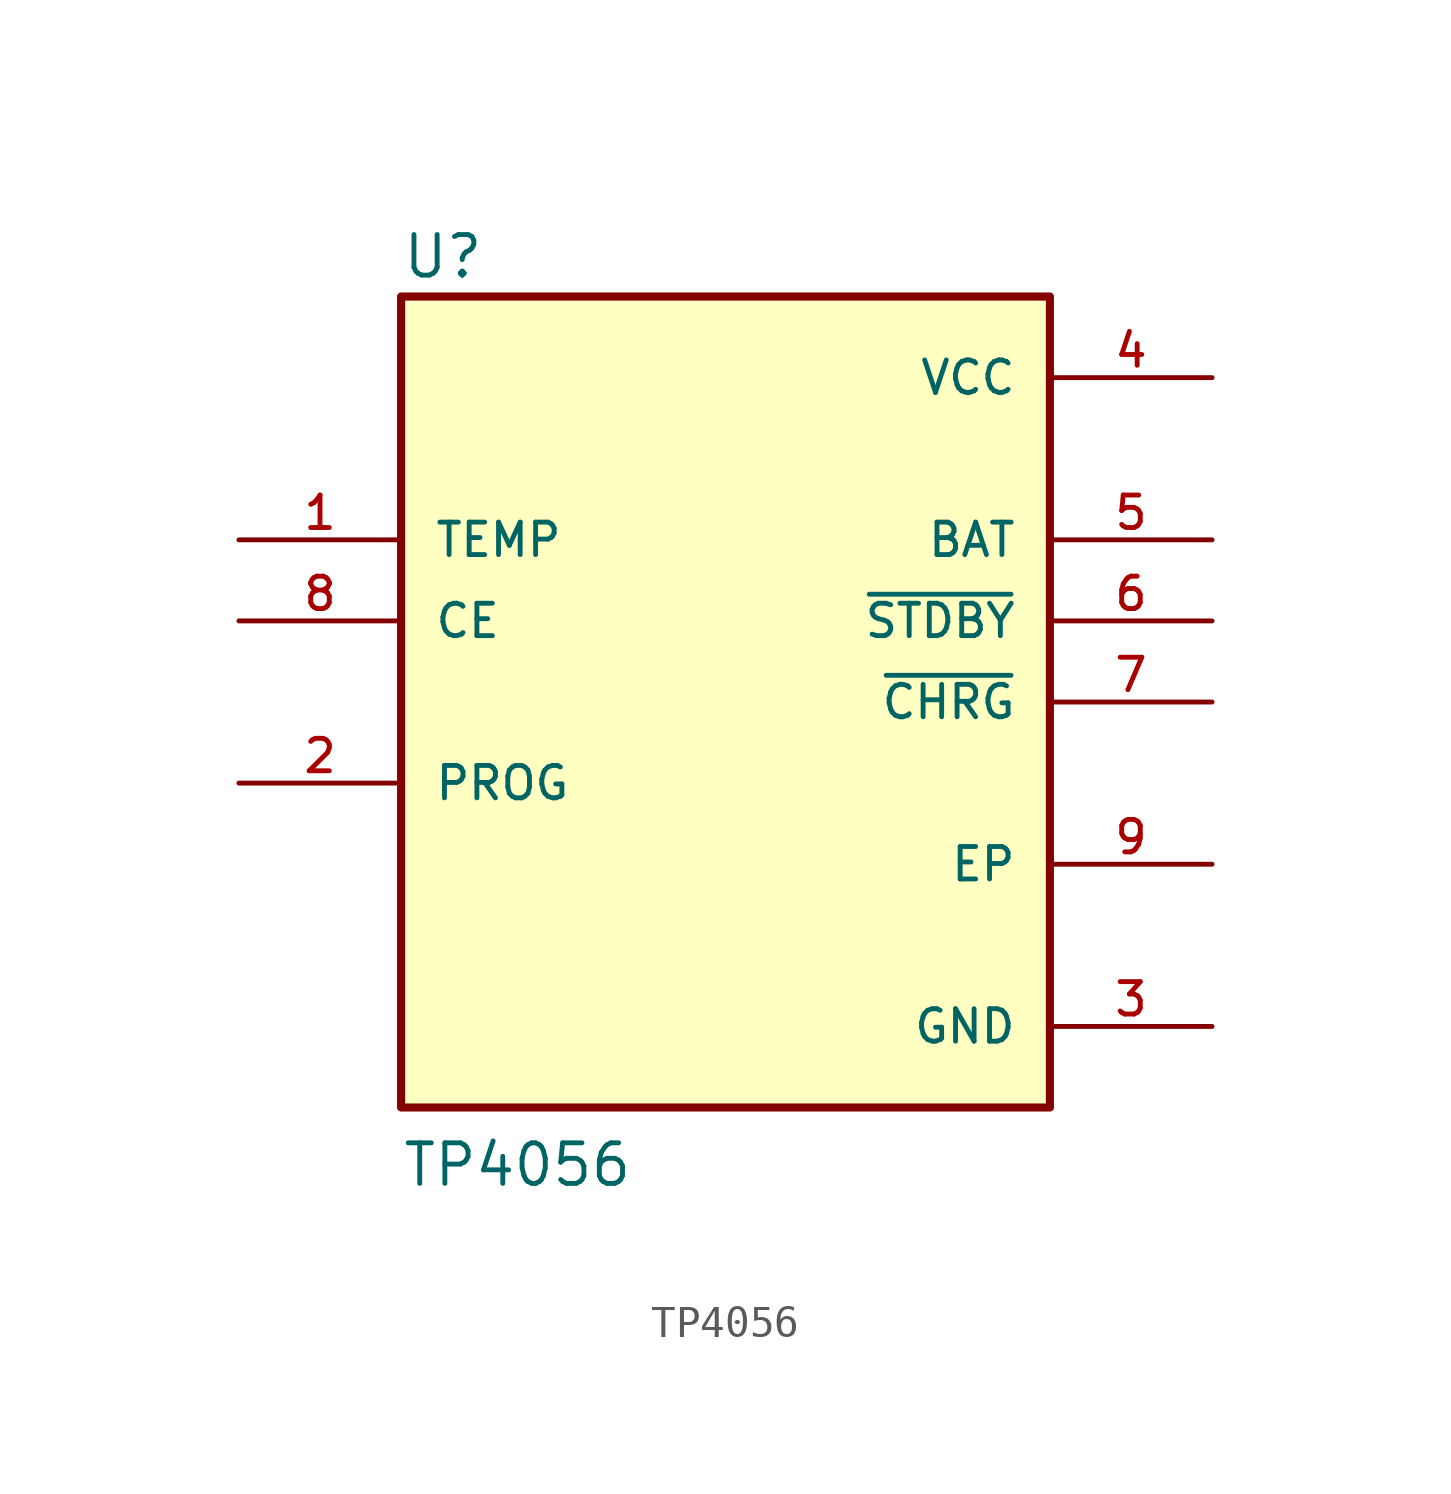
<source format=kicad_sym>
(kicad_symbol_lib
  (version 20220914)
  (generator kicad_symbol_editor)
  (symbol "TP4056"
    (pin_names
      (offset 1.016))
    (property "Reference" "U"
      (at -10.16 13.208 0)
      (effects (font (size 1.27 1.27)) (justify left bottom)))
    (property "Value" "TP4056"
      (at -10.16 -15.24 0)
      (effects (font (size 1.27 1.27)) (justify left bottom)))
    (property "ki_locked" ""
      (at 0 0 0)
      (effects (font (size 1.27 1.27))))
    (symbol "TP4056_0_0"
      (rectangle (start -10.16 -12.7) (end 10.16 12.7) (stroke (width 0.254) (type solid)) (fill (type background)))
      (pin input line (at -15.24 5.08 0) (length 5.08) (name "TEMP" (effects (font (size 1.016 1.016)))) (number "1" (effects (font (size 1.016 1.016)))))
      (pin bidirectional line (at -15.24 -2.54 0) (length 5.08) (name "PROG" (effects (font (size 1.016 1.016)))) (number "2" (effects (font (size 1.016 1.016)))))
      (pin power_in line (at 15.24 -10.16 180) (length 5.08) (name "GND" (effects (font (size 1.016 1.016)))) (number "3" (effects (font (size 1.016 1.016)))))
      (pin power_in line (at 15.24 10.16 180) (length 5.08) (name "VCC" (effects (font (size 1.016 1.016)))) (number "4" (effects (font (size 1.016 1.016)))))
      (pin output line (at 15.24 5.08 180) (length 5.08) (name "BAT" (effects (font (size 1.016 1.016)))) (number "5" (effects (font (size 1.016 1.016)))))
      (pin output line (at 15.24 2.54 180) (length 5.08) (name "~{STDBY}" (effects (font (size 1.016 1.016)))) (number "6" (effects (font (size 1.016 1.016)))))
      (pin output line (at 15.24 0 180) (length 5.08) (name "~{CHRG}" (effects (font (size 1.016 1.016)))) (number "7" (effects (font (size 1.016 1.016)))))
      (pin input line (at -15.24 2.54 0) (length 5.08) (name "CE" (effects (font (size 1.016 1.016)))) (number "8" (effects (font (size 1.016 1.016)))))
      (pin passive line (at 15.24 -5.08 180) (length 5.08) (name "EP" (effects (font (size 1.016 1.016)))) (number "9" (effects (font (size 1.016 1.016))))))))
</source>
